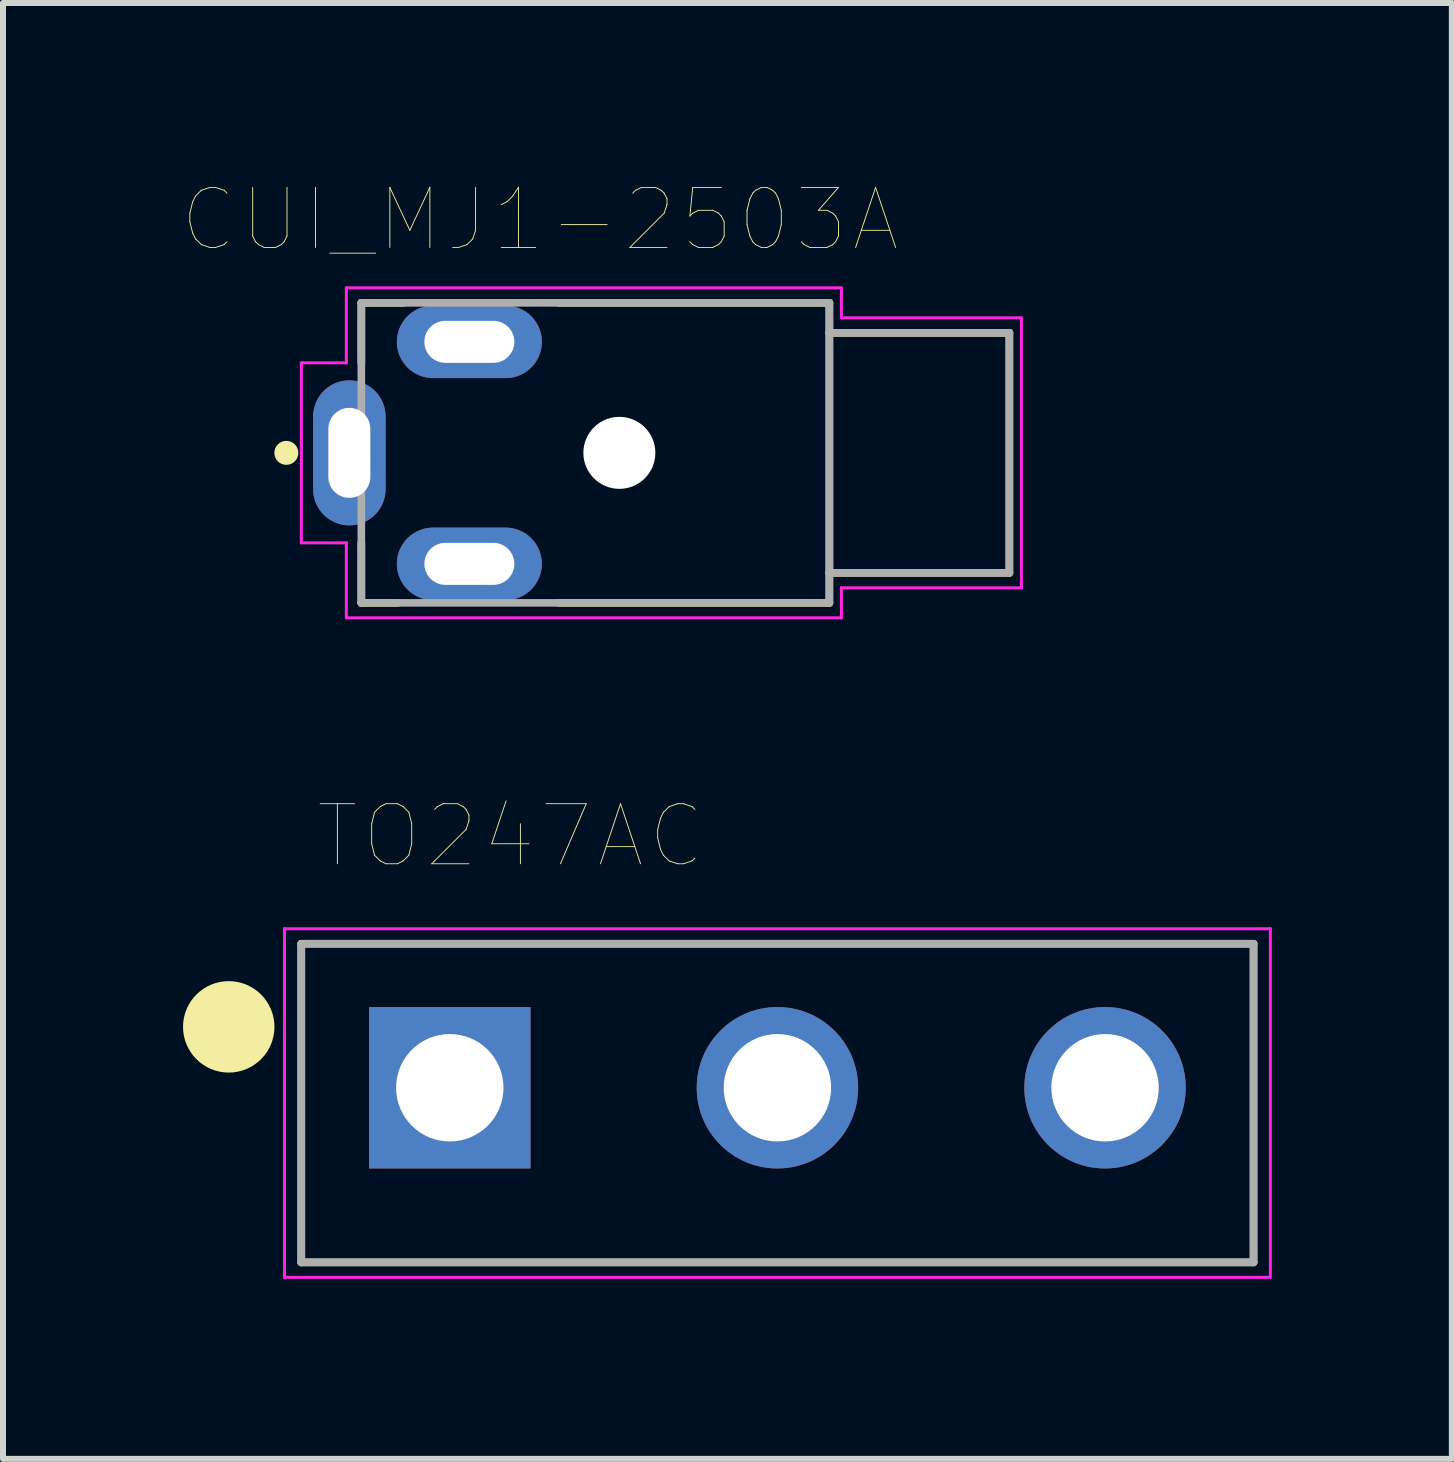
<source format=kicad_pcb>
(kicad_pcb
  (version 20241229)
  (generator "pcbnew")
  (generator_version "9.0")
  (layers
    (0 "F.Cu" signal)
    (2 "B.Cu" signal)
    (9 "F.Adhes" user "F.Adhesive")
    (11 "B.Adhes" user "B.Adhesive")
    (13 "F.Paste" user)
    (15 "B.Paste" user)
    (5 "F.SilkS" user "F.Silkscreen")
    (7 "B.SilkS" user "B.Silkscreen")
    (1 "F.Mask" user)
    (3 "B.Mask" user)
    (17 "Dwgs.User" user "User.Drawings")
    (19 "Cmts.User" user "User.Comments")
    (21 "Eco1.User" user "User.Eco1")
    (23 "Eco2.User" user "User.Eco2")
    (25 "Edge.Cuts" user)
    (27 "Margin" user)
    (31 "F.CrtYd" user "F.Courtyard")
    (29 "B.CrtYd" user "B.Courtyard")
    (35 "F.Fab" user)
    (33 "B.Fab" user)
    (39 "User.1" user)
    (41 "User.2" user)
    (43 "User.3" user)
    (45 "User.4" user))
  (footprint "CUI_MJ1-2503A"
    (layer "F.Cu")
    (at 6.872 4.497)
    (property "Reference" "CUI_MJ1-2503A" (at -0.925 -3.885 0) (layer "F.SilkS") (effects (font (size 1 1) (thickness 0.015))))
    (attr through_hole)
    (fp_line (start -3.9 -2.5) (end -3.2 -2.5) (stroke (width 0.127) (type solid)) (layer "F.SilkS"))
    (fp_line (start -3.9 -1.5) (end -3.9 -2.5) (stroke (width 0.127) (type solid)) (layer "F.SilkS"))
    (fp_line (start -3.9 2.5) (end -3.9 1.5) (stroke (width 0.127) (type solid)) (layer "F.SilkS"))
    (fp_line (start -3.3 2.5) (end -3.9 2.5) (stroke (width 0.127) (type solid)) (layer "F.SilkS"))
    (fp_line (start -0.6 -2.5) (end 3.9 -2.5) (stroke (width 0.127) (type solid)) (layer "F.SilkS"))
    (fp_line (start 3.9 -2.5) (end 3.9 -2) (stroke (width 0.127) (type solid)) (layer "F.SilkS"))
    (fp_line (start 3.9 -2) (end 3.9 2) (stroke (width 0.127) (type solid)) (layer "F.SilkS"))
    (fp_line (start 3.9 2) (end 3.9 2.5) (stroke (width 0.127) (type solid)) (layer "F.SilkS"))
    (fp_line (start 3.9 2) (end 6.9 2) (stroke (width 0.127) (type solid)) (layer "F.SilkS"))
    (fp_line (start 3.9 2.5) (end -0.6 2.5) (stroke (width 0.127) (type solid)) (layer "F.SilkS"))
    (fp_line (start 6.9 -2) (end 3.9 -2) (stroke (width 0.127) (type solid)) (layer "F.SilkS"))
    (fp_line (start 6.9 2) (end 6.9 -2) (stroke (width 0.127) (type solid)) (layer "F.SilkS"))
    (fp_circle (center -5.15 0) (end -5.05 0) (stroke (width 0.2) (type solid)) (fill no) (layer "F.SilkS"))
    (fp_line (start -4.9 -1.5) (end -4.15 -1.5) (stroke (width 0.05) (type solid)) (layer "F.CrtYd"))
    (fp_line (start -4.9 1.5) (end -4.9 -1.5) (stroke (width 0.05) (type solid)) (layer "F.CrtYd"))
    (fp_line (start -4.15 -2.75) (end 4.1 -2.75) (stroke (width 0.05) (type solid)) (layer "F.CrtYd"))
    (fp_line (start -4.15 -1.5) (end -4.15 -2.75) (stroke (width 0.05) (type solid)) (layer "F.CrtYd"))
    (fp_line (start -4.15 1.5) (end -4.9 1.5) (stroke (width 0.05) (type solid)) (layer "F.CrtYd"))
    (fp_line (start -4.15 2.75) (end -4.15 1.5) (stroke (width 0.05) (type solid)) (layer "F.CrtYd"))
    (fp_line (start 4.1 -2.75) (end 4.1 -2.25) (stroke (width 0.05) (type solid)) (layer "F.CrtYd"))
    (fp_line (start 4.1 -2.25) (end 7.1 -2.25) (stroke (width 0.05) (type solid)) (layer "F.CrtYd"))
    (fp_line (start 4.1 2.25) (end 4.1 2.75) (stroke (width 0.05) (type solid)) (layer "F.CrtYd"))
    (fp_line (start 4.1 2.75) (end -4.15 2.75) (stroke (width 0.05) (type solid)) (layer "F.CrtYd"))
    (fp_line (start 7.1 -2.25) (end 7.1 2.25) (stroke (width 0.05) (type solid)) (layer "F.CrtYd"))
    (fp_line (start 7.1 2.25) (end 4.1 2.25) (stroke (width 0.05) (type solid)) (layer "F.CrtYd"))
    (fp_line (start -3.9 -2.5) (end 3.9 -2.5) (stroke (width 0.127) (type solid)) (layer "F.Fab"))
    (fp_line (start -3.9 2.5) (end -3.9 -2.5) (stroke (width 0.127) (type solid)) (layer "F.Fab"))
    (fp_line (start 3.9 -2.5) (end 3.9 -2) (stroke (width 0.127) (type solid)) (layer "F.Fab"))
    (fp_line (start 3.9 -2) (end 3.9 2) (stroke (width 0.127) (type solid)) (layer "F.Fab"))
    (fp_line (start 3.9 2) (end 3.9 2.5) (stroke (width 0.127) (type solid)) (layer "F.Fab"))
    (fp_line (start 3.9 2) (end 6.9 2) (stroke (width 0.127) (type solid)) (layer "F.Fab"))
    (fp_line (start 3.9 2.5) (end -3.9 2.5) (stroke (width 0.127) (type solid)) (layer "F.Fab"))
    (fp_line (start 6.9 -2) (end 3.9 -2) (stroke (width 0.127) (type solid)) (layer "F.Fab"))
    (fp_line (start 6.9 2) (end 6.9 -2) (stroke (width 0.127) (type solid)) (layer "F.Fab"))
    (pad "" np_thru_hole circle (at 0.4 0) (size 1.2 1.2) (drill 1.2) (layers "*.Cu" "*.Mask"))
    (pad "1" thru_hole oval (at -4.1 0) (size 1.208 2.416) (drill oval 0.7 1.5) (layers "*.Cu" "*.Mask"))
    (pad "2" thru_hole oval (at -2.1 -1.85) (size 2.416 1.208) (drill oval 1.5 0.7) (layers "*.Cu" "*.Mask"))
    (pad "3" thru_hole oval (at -2.1 1.85) (size 2.416 1.208) (drill oval 1.5 0.7) (layers "*.Cu" "*.Mask")))
  (footprint "TO247AC"
    (layer "F.Cu")
    (at 9.906 15.333)
    (property "Reference" "TO247AC" (at -4.45 -4.45 0) (layer "F.SilkS") (effects (font (size 1.001 1.001) (thickness 0.015))))
    (attr through_hole)
    (fp_line (start -7.935 -2.655) (end -7.935 2.655) (stroke (width 0.127) (type solid)) (layer "F.SilkS"))
    (fp_line (start -7.935 2.655) (end 7.935 2.655) (stroke (width 0.127) (type solid)) (layer "F.SilkS"))
    (fp_line (start 7.935 -2.655) (end -7.935 -2.655) (stroke (width 0.127) (type solid)) (layer "F.SilkS"))
    (fp_line (start 7.935 2.655) (end 7.935 -2.655) (stroke (width 0.127) (type solid)) (layer "F.SilkS"))
    (fp_circle (center -9.144 -1.27) (end -8.763 -1.27) (stroke (width 0.762) (type solid)) (fill no) (layer "F.SilkS"))
    (fp_line (start -8.215 -2.905) (end 8.215 -2.905) (stroke (width 0.05) (type solid)) (layer "F.CrtYd"))
    (fp_line (start -8.215 2.905) (end -8.215 -2.905) (stroke (width 0.05) (type solid)) (layer "F.CrtYd"))
    (fp_line (start 8.215 -2.905) (end 8.215 2.905) (stroke (width 0.05) (type solid)) (layer "F.CrtYd"))
    (fp_line (start 8.215 2.905) (end -8.215 2.905) (stroke (width 0.05) (type solid)) (layer "F.CrtYd"))
    (fp_line (start -7.935 -2.655) (end -7.935 2.655) (stroke (width 0.127) (type solid)) (layer "F.Fab"))
    (fp_line (start -7.935 2.655) (end 7.935 2.655) (stroke (width 0.127) (type solid)) (layer "F.Fab"))
    (fp_line (start 7.935 -2.655) (end -7.935 -2.655) (stroke (width 0.127) (type solid)) (layer "F.Fab"))
    (fp_line (start 7.935 2.655) (end 7.935 -2.655) (stroke (width 0.127) (type solid)) (layer "F.Fab"))
    (pad "1" thru_hole rect (at -5.46 -0.255) (size 2.69 2.69) (drill 1.79) (layers "*.Cu" "*.Mask"))
    (pad "2" thru_hole circle (at 0 -0.255) (size 2.69 2.69) (drill 1.79) (layers "*.Cu" "*.Mask"))
    (pad "3" thru_hole circle (at 5.46 -0.255) (size 2.69 2.69) (drill 1.79) (layers "*.Cu" "*.Mask")))
  (gr_rect
    (start -3 -3)
    (end 21.146 21.263)
    (stroke (width 0.1) (type default))
    (fill no)
    (layer "Edge.Cuts")))
</source>
